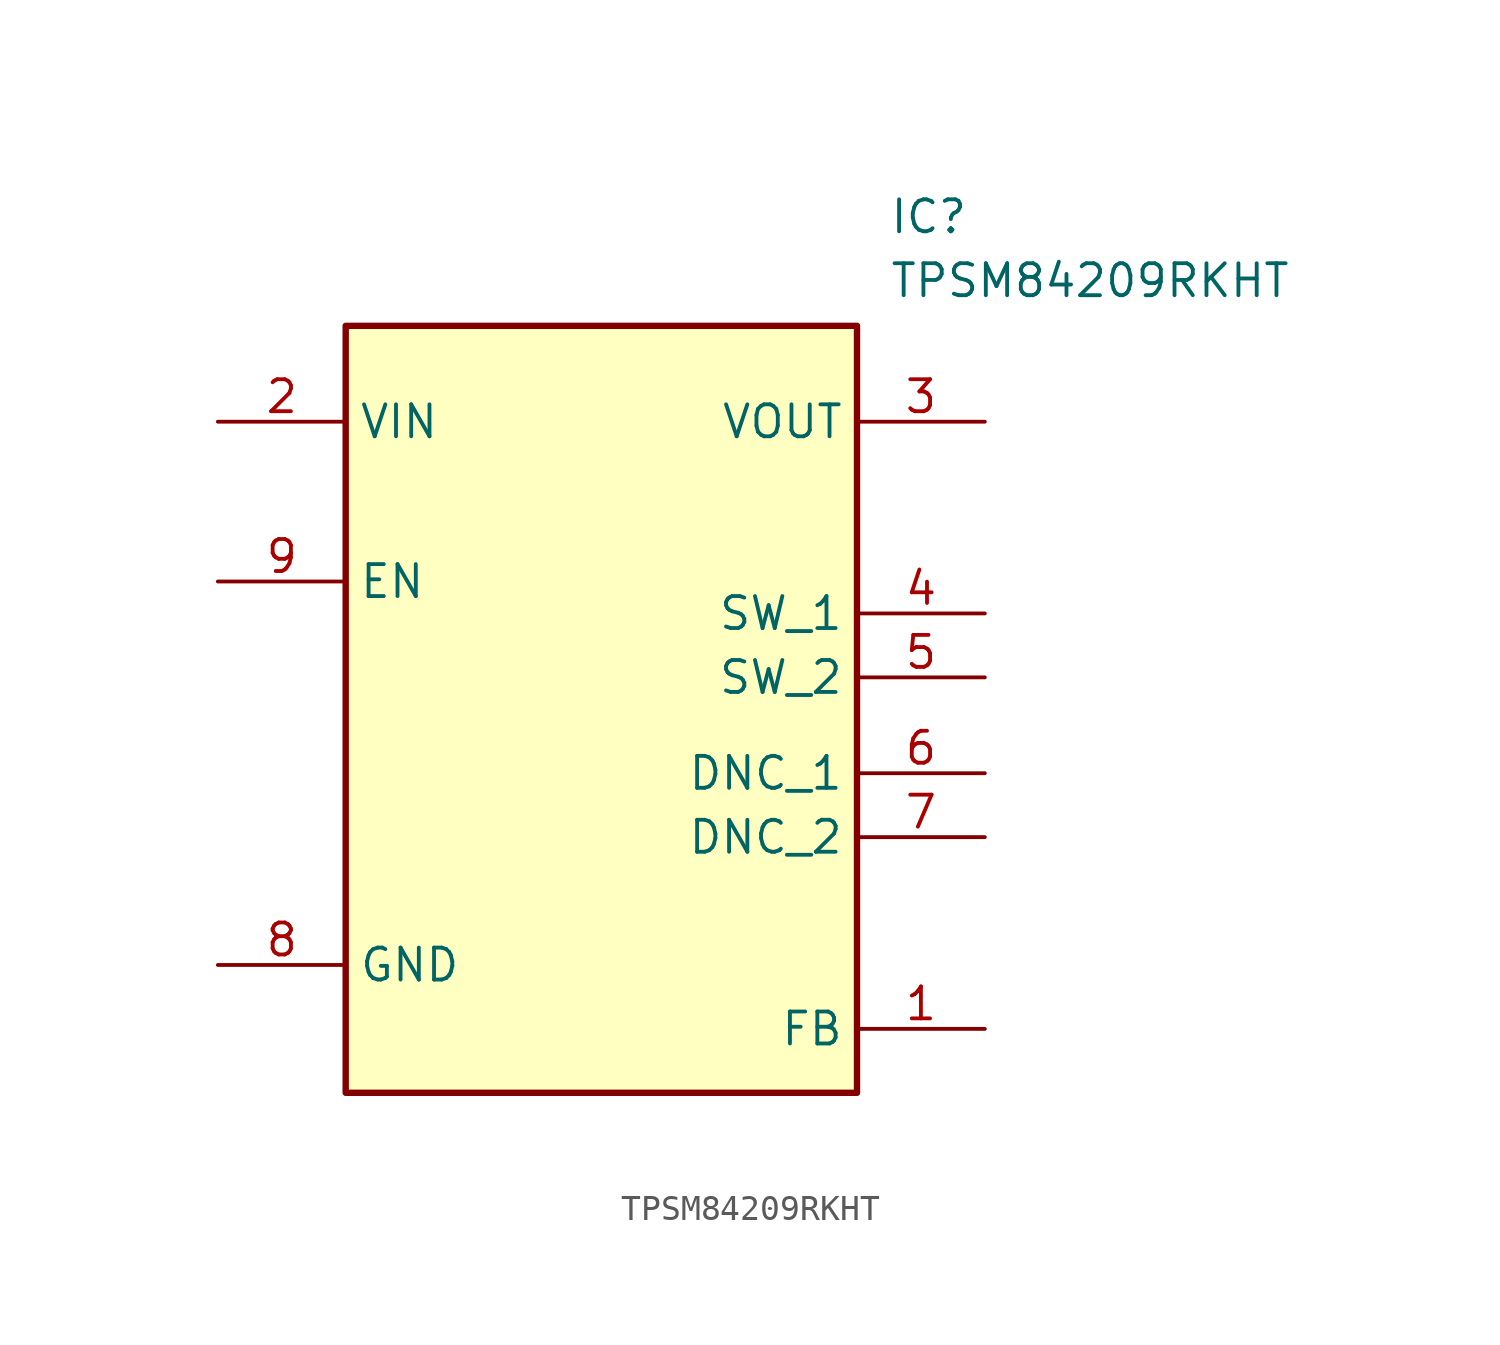
<source format=kicad_sym>
(kicad_symbol_lib
  (version 20231120)
  (generator "kicad_symbol_editor")
  (generator_version "8.0")
  (symbol "TPSM84209RKHT"
    (property "Reference" "IC"
      (at 26.67 15.24 0)
      (effects (font (size 1.27 1.27)) (justify left top)))
    (property "Value" "TPSM84209RKHT"
      (at 26.67 12.7 0)
      (effects (font (size 1.27 1.27)) (justify left top)))
    (symbol "TPSM84209RKHT_1_1"
      (rectangle (start 5.08 10.16) (end 25.4 -20.32) (stroke (width 0.254) (type default)) (fill (type background)))
      (pin passive line (at 30.48 -17.78 180) (length 5.08) (name "FB" (effects (font (size 1.27 1.27)))) (number "1" (effects (font (size 1.27 1.27)))))
      (pin passive line (at 0 6.35 0) (length 5.08) (name "VIN" (effects (font (size 1.27 1.27)))) (number "2" (effects (font (size 1.27 1.27)))))
      (pin passive line (at 30.48 6.35 180) (length 5.08) (name "VOUT" (effects (font (size 1.27 1.27)))) (number "3" (effects (font (size 1.27 1.27)))))
      (pin passive line (at 30.48 -1.27 180) (length 5.08) (name "SW_1" (effects (font (size 1.27 1.27)))) (number "4" (effects (font (size 1.27 1.27)))))
      (pin passive line (at 30.48 -3.81 180) (length 5.08) (name "SW_2" (effects (font (size 1.27 1.27)))) (number "5" (effects (font (size 1.27 1.27)))))
      (pin passive line (at 30.48 -7.62 180) (length 5.08) (name "DNC_1" (effects (font (size 1.27 1.27)))) (number "6" (effects (font (size 1.27 1.27)))))
      (pin passive line (at 30.48 -10.16 180) (length 5.08) (name "DNC_2" (effects (font (size 1.27 1.27)))) (number "7" (effects (font (size 1.27 1.27)))))
      (pin passive line (at 0 -15.24 0) (length 5.08) (name "GND" (effects (font (size 1.27 1.27)))) (number "8" (effects (font (size 1.27 1.27)))))
      (pin passive line (at 0 0 0) (length 5.08) (name "EN" (effects (font (size 1.27 1.27)))) (number "9" (effects (font (size 1.27 1.27))))))))
</source>
